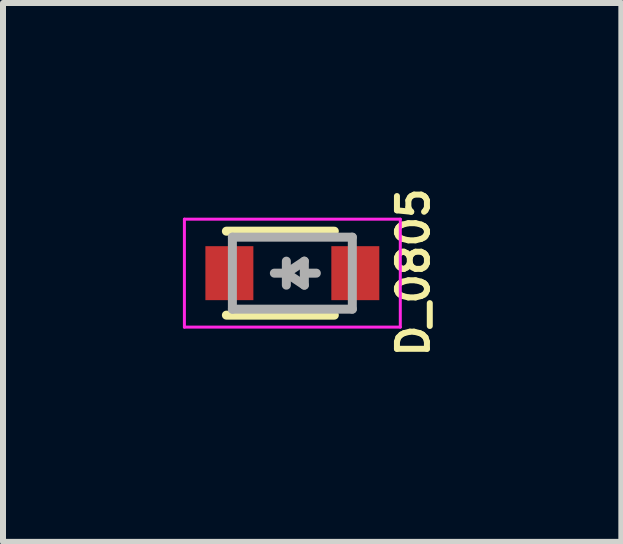
<source format=kicad_pcb>
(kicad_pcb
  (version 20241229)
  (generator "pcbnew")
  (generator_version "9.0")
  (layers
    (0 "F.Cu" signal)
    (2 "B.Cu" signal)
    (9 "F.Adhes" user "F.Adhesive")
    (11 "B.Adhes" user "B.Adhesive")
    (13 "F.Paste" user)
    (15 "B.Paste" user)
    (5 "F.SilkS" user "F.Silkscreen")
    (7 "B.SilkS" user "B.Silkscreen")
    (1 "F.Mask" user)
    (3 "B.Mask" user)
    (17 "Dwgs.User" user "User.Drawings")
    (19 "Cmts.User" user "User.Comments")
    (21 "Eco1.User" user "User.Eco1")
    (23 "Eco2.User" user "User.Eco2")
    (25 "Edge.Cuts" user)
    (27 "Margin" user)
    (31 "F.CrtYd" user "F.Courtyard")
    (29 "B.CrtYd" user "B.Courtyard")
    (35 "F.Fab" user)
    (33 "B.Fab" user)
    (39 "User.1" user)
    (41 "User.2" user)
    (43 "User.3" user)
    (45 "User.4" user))
  (footprint "D_0805"
    (layer "F.Cu")
    (at 1.825 1.505)
    (property "Reference" "D_0805" (at 2.018 -0.012 270) (layer "F.SilkS") (effects (font (size 0.5 0.5) (thickness 0.1))))
    (attr smd)
    (fp_line (start -1.1 -0.7) (end 0.7 -0.7) (stroke (width 0.15) (type solid)) (layer "F.SilkS"))
    (fp_line (start -1.1 0.7) (end 0.7 0.7) (stroke (width 0.15) (type solid)) (layer "F.SilkS"))
    (fp_line (start -1.8 -0.9) (end 1.8 -0.9) (stroke (width 0.05) (type solid)) (layer "F.CrtYd"))
    (fp_line (start -1.8 0.9) (end -1.8 -0.9) (stroke (width 0.05) (type solid)) (layer "F.CrtYd"))
    (fp_line (start 1.8 -0.9) (end 1.8 0.9) (stroke (width 0.05) (type solid)) (layer "F.CrtYd"))
    (fp_line (start 1.8 0.9) (end -1.8 0.9) (stroke (width 0.05) (type solid)) (layer "F.CrtYd"))
    (fp_line (start -1 -0.6) (end 1 -0.6) (stroke (width 0.15) (type solid)) (layer "F.Fab"))
    (fp_line (start -1 0.6) (end -1 -0.6) (stroke (width 0.15) (type solid)) (layer "F.Fab"))
    (fp_line (start -0.1 -0.2) (end -0.1 0.2) (stroke (width 0.15) (type solid)) (layer "F.Fab"))
    (fp_line (start -0.1 0) (end -0.3 0) (stroke (width 0.15) (type solid)) (layer "F.Fab"))
    (fp_line (start -0.1 0) (end 0.2 0.2) (stroke (width 0.15) (type solid)) (layer "F.Fab"))
    (fp_line (start 0.2 -0.2) (end -0.1 0) (stroke (width 0.15) (type solid)) (layer "F.Fab"))
    (fp_line (start 0.2 0) (end 0.4 0) (stroke (width 0.15) (type solid)) (layer "F.Fab"))
    (fp_line (start 0.2 0.2) (end 0.2 -0.2) (stroke (width 0.15) (type solid)) (layer "F.Fab"))
    (fp_line (start 1 -0.6) (end 1 0.6) (stroke (width 0.15) (type solid)) (layer "F.Fab"))
    (fp_line (start 1 0.6) (end -1 0.6) (stroke (width 0.15) (type solid)) (layer "F.Fab"))
    (pad "1" smd rect (at -1.05 0) (size 0.8 0.9) (layers "F.Cu" "F.Mask" "F.Paste"))
    (pad "2" smd rect (at 1.05 0) (size 0.8 0.9) (layers "F.Cu" "F.Mask" "F.Paste")))
  (gr_rect
    (start -3 -3)
    (end 7.311 5.986)
    (stroke (width 0.1) (type default))
    (fill no)
    (layer "Edge.Cuts")))
</source>
